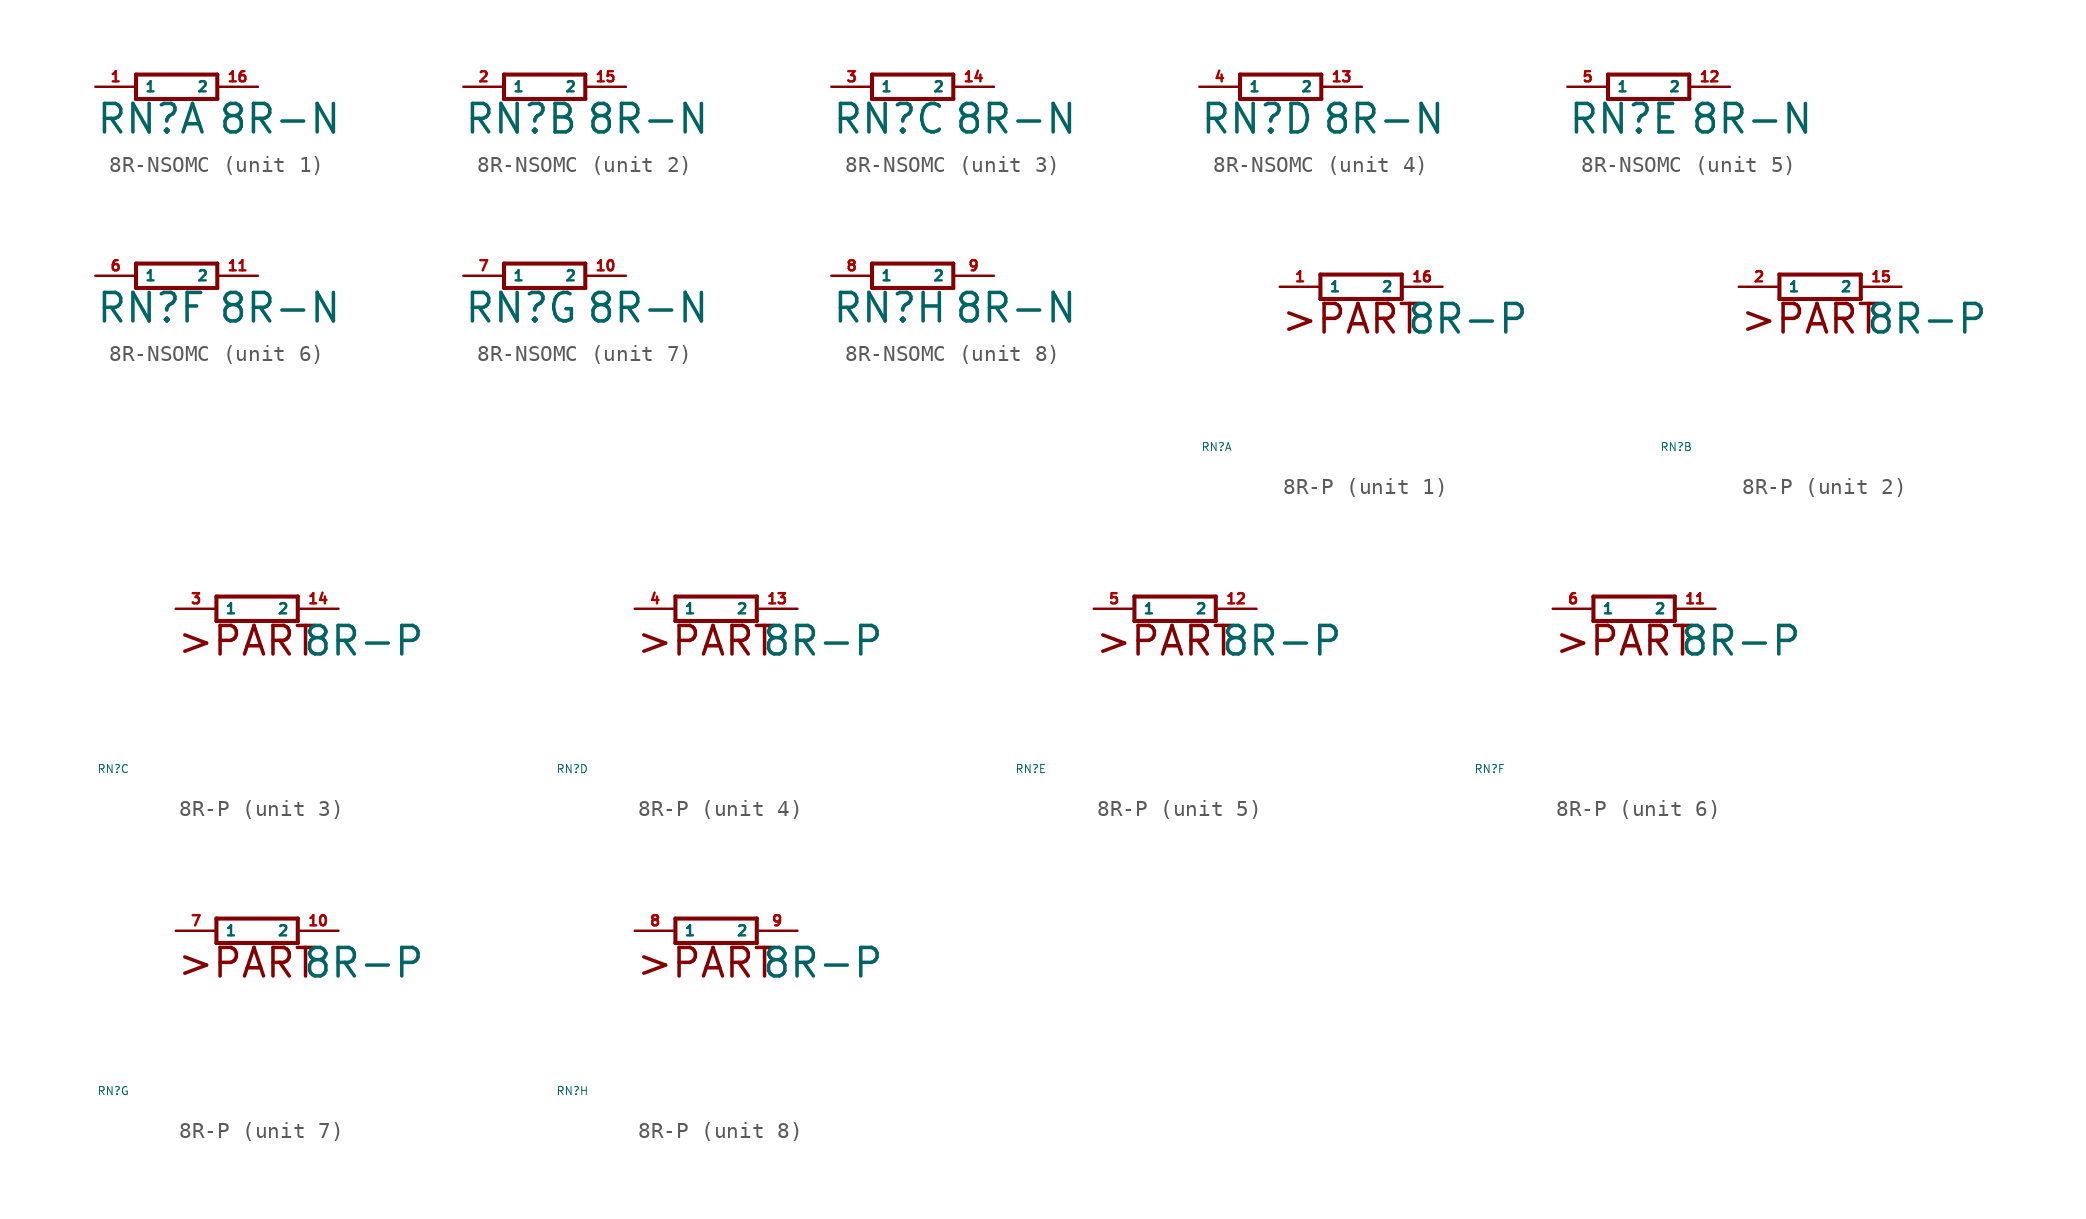
<source format=kicad_sym>
(kicad_symbol_lib
  (version 20220914)
  (generator Eagle2Kicad)
  (symbol "8R-NSOMC"
    (property "Reference" "RN"
      (at -5.08 -3.048 0)
      (effects (font (size 1.778 1.778) (thickness 0.22)) (justify left bottom)))
    (property "Value" "8R-N"
      (at 2.54 -3.048 0)
      (effects (font (size 1.778 1.778) (thickness 0.22)) (justify left bottom)))
    (symbol "8R-NSOMC_1_0"
      (polyline (pts (xy -2.54 -0.762) (xy 2.54 -0.762)) (stroke (width 0.254) (type default)) (fill (type none)))
      (polyline (pts (xy 2.54 0.762) (xy -2.54 0.762)) (stroke (width 0.254) (type default)) (fill (type none)))
      (polyline (pts (xy 2.54 -0.762) (xy 2.54 0.762)) (stroke (width 0.254) (type default)) (fill (type none)))
      (polyline (pts (xy -2.54 0.762) (xy -2.54 -0.762)) (stroke (width 0.254) (type default)) (fill (type none)))
      (pin passive line (at -5.08 0 0) (length 2.54) (name "1" (effects (font (size 0.635 0.635) (thickness 0.08)) (justify left bottom))) (number "1" (effects (font (size 0.635 0.635) (thickness 0.08)) (justify left bottom))))
      (pin passive line (at 5.08 0 180) (length 2.54) (name "2" (effects (font (size 0.635 0.635) (thickness 0.08)) (justify left bottom))) (number "16" (effects (font (size 0.635 0.635) (thickness 0.08)) (justify left bottom)))))
    (symbol "8R-NSOMC_2_0"
      (polyline (pts (xy -2.54 -0.762) (xy 2.54 -0.762)) (stroke (width 0.254) (type default)) (fill (type none)))
      (polyline (pts (xy 2.54 0.762) (xy -2.54 0.762)) (stroke (width 0.254) (type default)) (fill (type none)))
      (polyline (pts (xy 2.54 -0.762) (xy 2.54 0.762)) (stroke (width 0.254) (type default)) (fill (type none)))
      (polyline (pts (xy -2.54 0.762) (xy -2.54 -0.762)) (stroke (width 0.254) (type default)) (fill (type none)))
      (pin passive line (at -5.08 0 0) (length 2.54) (name "1" (effects (font (size 0.635 0.635) (thickness 0.08)) (justify left bottom))) (number "2" (effects (font (size 0.635 0.635) (thickness 0.08)) (justify left bottom))))
      (pin passive line (at 5.08 0 180) (length 2.54) (name "2" (effects (font (size 0.635 0.635) (thickness 0.08)) (justify left bottom))) (number "15" (effects (font (size 0.635 0.635) (thickness 0.08)) (justify left bottom)))))
    (symbol "8R-NSOMC_3_0"
      (polyline (pts (xy -2.54 -0.762) (xy 2.54 -0.762)) (stroke (width 0.254) (type default)) (fill (type none)))
      (polyline (pts (xy 2.54 0.762) (xy -2.54 0.762)) (stroke (width 0.254) (type default)) (fill (type none)))
      (polyline (pts (xy 2.54 -0.762) (xy 2.54 0.762)) (stroke (width 0.254) (type default)) (fill (type none)))
      (polyline (pts (xy -2.54 0.762) (xy -2.54 -0.762)) (stroke (width 0.254) (type default)) (fill (type none)))
      (pin passive line (at -5.08 0 0) (length 2.54) (name "1" (effects (font (size 0.635 0.635) (thickness 0.08)) (justify left bottom))) (number "3" (effects (font (size 0.635 0.635) (thickness 0.08)) (justify left bottom))))
      (pin passive line (at 5.08 0 180) (length 2.54) (name "2" (effects (font (size 0.635 0.635) (thickness 0.08)) (justify left bottom))) (number "14" (effects (font (size 0.635 0.635) (thickness 0.08)) (justify left bottom)))))
    (symbol "8R-NSOMC_4_0"
      (polyline (pts (xy -2.54 -0.762) (xy 2.54 -0.762)) (stroke (width 0.254) (type default)) (fill (type none)))
      (polyline (pts (xy 2.54 0.762) (xy -2.54 0.762)) (stroke (width 0.254) (type default)) (fill (type none)))
      (polyline (pts (xy 2.54 -0.762) (xy 2.54 0.762)) (stroke (width 0.254) (type default)) (fill (type none)))
      (polyline (pts (xy -2.54 0.762) (xy -2.54 -0.762)) (stroke (width 0.254) (type default)) (fill (type none)))
      (pin passive line (at -5.08 0 0) (length 2.54) (name "1" (effects (font (size 0.635 0.635) (thickness 0.08)) (justify left bottom))) (number "4" (effects (font (size 0.635 0.635) (thickness 0.08)) (justify left bottom))))
      (pin passive line (at 5.08 0 180) (length 2.54) (name "2" (effects (font (size 0.635 0.635) (thickness 0.08)) (justify left bottom))) (number "13" (effects (font (size 0.635 0.635) (thickness 0.08)) (justify left bottom)))))
    (symbol "8R-NSOMC_5_0"
      (polyline (pts (xy -2.54 -0.762) (xy 2.54 -0.762)) (stroke (width 0.254) (type default)) (fill (type none)))
      (polyline (pts (xy 2.54 0.762) (xy -2.54 0.762)) (stroke (width 0.254) (type default)) (fill (type none)))
      (polyline (pts (xy 2.54 -0.762) (xy 2.54 0.762)) (stroke (width 0.254) (type default)) (fill (type none)))
      (polyline (pts (xy -2.54 0.762) (xy -2.54 -0.762)) (stroke (width 0.254) (type default)) (fill (type none)))
      (pin passive line (at -5.08 0 0) (length 2.54) (name "1" (effects (font (size 0.635 0.635) (thickness 0.08)) (justify left bottom))) (number "5" (effects (font (size 0.635 0.635) (thickness 0.08)) (justify left bottom))))
      (pin passive line (at 5.08 0 180) (length 2.54) (name "2" (effects (font (size 0.635 0.635) (thickness 0.08)) (justify left bottom))) (number "12" (effects (font (size 0.635 0.635) (thickness 0.08)) (justify left bottom)))))
    (symbol "8R-NSOMC_6_0"
      (polyline (pts (xy -2.54 -0.762) (xy 2.54 -0.762)) (stroke (width 0.254) (type default)) (fill (type none)))
      (polyline (pts (xy 2.54 0.762) (xy -2.54 0.762)) (stroke (width 0.254) (type default)) (fill (type none)))
      (polyline (pts (xy 2.54 -0.762) (xy 2.54 0.762)) (stroke (width 0.254) (type default)) (fill (type none)))
      (polyline (pts (xy -2.54 0.762) (xy -2.54 -0.762)) (stroke (width 0.254) (type default)) (fill (type none)))
      (pin passive line (at -5.08 0 0) (length 2.54) (name "1" (effects (font (size 0.635 0.635) (thickness 0.08)) (justify left bottom))) (number "6" (effects (font (size 0.635 0.635) (thickness 0.08)) (justify left bottom))))
      (pin passive line (at 5.08 0 180) (length 2.54) (name "2" (effects (font (size 0.635 0.635) (thickness 0.08)) (justify left bottom))) (number "11" (effects (font (size 0.635 0.635) (thickness 0.08)) (justify left bottom)))))
    (symbol "8R-NSOMC_7_0"
      (polyline (pts (xy -2.54 -0.762) (xy 2.54 -0.762)) (stroke (width 0.254) (type default)) (fill (type none)))
      (polyline (pts (xy 2.54 0.762) (xy -2.54 0.762)) (stroke (width 0.254) (type default)) (fill (type none)))
      (polyline (pts (xy 2.54 -0.762) (xy 2.54 0.762)) (stroke (width 0.254) (type default)) (fill (type none)))
      (polyline (pts (xy -2.54 0.762) (xy -2.54 -0.762)) (stroke (width 0.254) (type default)) (fill (type none)))
      (pin passive line (at -5.08 0 0) (length 2.54) (name "1" (effects (font (size 0.635 0.635) (thickness 0.08)) (justify left bottom))) (number "7" (effects (font (size 0.635 0.635) (thickness 0.08)) (justify left bottom))))
      (pin passive line (at 5.08 0 180) (length 2.54) (name "2" (effects (font (size 0.635 0.635) (thickness 0.08)) (justify left bottom))) (number "10" (effects (font (size 0.635 0.635) (thickness 0.08)) (justify left bottom)))))
    (symbol "8R-NSOMC_8_0"
      (polyline (pts (xy -2.54 -0.762) (xy 2.54 -0.762)) (stroke (width 0.254) (type default)) (fill (type none)))
      (polyline (pts (xy 2.54 0.762) (xy -2.54 0.762)) (stroke (width 0.254) (type default)) (fill (type none)))
      (polyline (pts (xy 2.54 -0.762) (xy 2.54 0.762)) (stroke (width 0.254) (type default)) (fill (type none)))
      (polyline (pts (xy -2.54 0.762) (xy -2.54 -0.762)) (stroke (width 0.254) (type default)) (fill (type none)))
      (pin passive line (at -5.08 0 0) (length 2.54) (name "1" (effects (font (size 0.635 0.635) (thickness 0.08)) (justify left bottom))) (number "8" (effects (font (size 0.635 0.635) (thickness 0.08)) (justify left bottom))))
      (pin passive line (at 5.08 0 180) (length 2.54) (name "2" (effects (font (size 0.635 0.635) (thickness 0.08)) (justify left bottom))) (number "9" (effects (font (size 0.635 0.635) (thickness 0.08)) (justify left bottom))))))
  (symbol "8R-P"
    (property "Reference" "RN"
      (at -10 -10 0)
      (effects (font (size 0.5 0.5) (thickness 0.06)) (justify left)))
    (property "Value" "8R-P"
      (at 2.794 -3.048 0)
      (effects (font (size 1.778 1.778) (thickness 0.22)) (justify left bottom)))
    (symbol "8R-P_1_0"
      (polyline (pts (xy -2.54 -0.762) (xy 2.54 -0.762)) (stroke (width 0.254) (type default)) (fill (type none)))
      (polyline (pts (xy 2.54 0.762) (xy -2.54 0.762)) (stroke (width 0.254) (type default)) (fill (type none)))
      (polyline (pts (xy 2.54 -0.762) (xy 2.54 0.762)) (stroke (width 0.254) (type default)) (fill (type none)))
      (polyline (pts (xy -2.54 0.762) (xy -2.54 -0.762)) (stroke (width 0.254) (type default)) (fill (type none)))
      (text ">PART" (at -5.08 -3.048 0) (effects (font (size 1.778 1.778) (thickness 0.22)) (justify left bottom)))
      (pin passive line (at -5.08 0 0) (length 2.54) (name "1" (effects (font (size 0.635 0.635) (thickness 0.08)) (justify left bottom))) (number "1" (effects (font (size 0.635 0.635) (thickness 0.08)) (justify left bottom))))
      (pin passive line (at 5.08 0 180) (length 2.54) (name "2" (effects (font (size 0.635 0.635) (thickness 0.08)) (justify left bottom))) (number "16" (effects (font (size 0.635 0.635) (thickness 0.08)) (justify left bottom)))))
    (symbol "8R-P_2_0"
      (polyline (pts (xy -2.54 -0.762) (xy 2.54 -0.762)) (stroke (width 0.254) (type default)) (fill (type none)))
      (polyline (pts (xy 2.54 0.762) (xy -2.54 0.762)) (stroke (width 0.254) (type default)) (fill (type none)))
      (polyline (pts (xy 2.54 -0.762) (xy 2.54 0.762)) (stroke (width 0.254) (type default)) (fill (type none)))
      (polyline (pts (xy -2.54 0.762) (xy -2.54 -0.762)) (stroke (width 0.254) (type default)) (fill (type none)))
      (text ">PART" (at -5.08 -3.048 0) (effects (font (size 1.778 1.778) (thickness 0.22)) (justify left bottom)))
      (pin passive line (at -5.08 0 0) (length 2.54) (name "1" (effects (font (size 0.635 0.635) (thickness 0.08)) (justify left bottom))) (number "2" (effects (font (size 0.635 0.635) (thickness 0.08)) (justify left bottom))))
      (pin passive line (at 5.08 0 180) (length 2.54) (name "2" (effects (font (size 0.635 0.635) (thickness 0.08)) (justify left bottom))) (number "15" (effects (font (size 0.635 0.635) (thickness 0.08)) (justify left bottom)))))
    (symbol "8R-P_3_0"
      (polyline (pts (xy -2.54 -0.762) (xy 2.54 -0.762)) (stroke (width 0.254) (type default)) (fill (type none)))
      (polyline (pts (xy 2.54 0.762) (xy -2.54 0.762)) (stroke (width 0.254) (type default)) (fill (type none)))
      (polyline (pts (xy 2.54 -0.762) (xy 2.54 0.762)) (stroke (width 0.254) (type default)) (fill (type none)))
      (polyline (pts (xy -2.54 0.762) (xy -2.54 -0.762)) (stroke (width 0.254) (type default)) (fill (type none)))
      (text ">PART" (at -5.08 -3.048 0) (effects (font (size 1.778 1.778) (thickness 0.22)) (justify left bottom)))
      (pin passive line (at -5.08 0 0) (length 2.54) (name "1" (effects (font (size 0.635 0.635) (thickness 0.08)) (justify left bottom))) (number "3" (effects (font (size 0.635 0.635) (thickness 0.08)) (justify left bottom))))
      (pin passive line (at 5.08 0 180) (length 2.54) (name "2" (effects (font (size 0.635 0.635) (thickness 0.08)) (justify left bottom))) (number "14" (effects (font (size 0.635 0.635) (thickness 0.08)) (justify left bottom)))))
    (symbol "8R-P_4_0"
      (polyline (pts (xy -2.54 -0.762) (xy 2.54 -0.762)) (stroke (width 0.254) (type default)) (fill (type none)))
      (polyline (pts (xy 2.54 0.762) (xy -2.54 0.762)) (stroke (width 0.254) (type default)) (fill (type none)))
      (polyline (pts (xy 2.54 -0.762) (xy 2.54 0.762)) (stroke (width 0.254) (type default)) (fill (type none)))
      (polyline (pts (xy -2.54 0.762) (xy -2.54 -0.762)) (stroke (width 0.254) (type default)) (fill (type none)))
      (text ">PART" (at -5.08 -3.048 0) (effects (font (size 1.778 1.778) (thickness 0.22)) (justify left bottom)))
      (pin passive line (at -5.08 0 0) (length 2.54) (name "1" (effects (font (size 0.635 0.635) (thickness 0.08)) (justify left bottom))) (number "4" (effects (font (size 0.635 0.635) (thickness 0.08)) (justify left bottom))))
      (pin passive line (at 5.08 0 180) (length 2.54) (name "2" (effects (font (size 0.635 0.635) (thickness 0.08)) (justify left bottom))) (number "13" (effects (font (size 0.635 0.635) (thickness 0.08)) (justify left bottom)))))
    (symbol "8R-P_5_0"
      (polyline (pts (xy -2.54 -0.762) (xy 2.54 -0.762)) (stroke (width 0.254) (type default)) (fill (type none)))
      (polyline (pts (xy 2.54 0.762) (xy -2.54 0.762)) (stroke (width 0.254) (type default)) (fill (type none)))
      (polyline (pts (xy 2.54 -0.762) (xy 2.54 0.762)) (stroke (width 0.254) (type default)) (fill (type none)))
      (polyline (pts (xy -2.54 0.762) (xy -2.54 -0.762)) (stroke (width 0.254) (type default)) (fill (type none)))
      (text ">PART" (at -5.08 -3.048 0) (effects (font (size 1.778 1.778) (thickness 0.22)) (justify left bottom)))
      (pin passive line (at -5.08 0 0) (length 2.54) (name "1" (effects (font (size 0.635 0.635) (thickness 0.08)) (justify left bottom))) (number "5" (effects (font (size 0.635 0.635) (thickness 0.08)) (justify left bottom))))
      (pin passive line (at 5.08 0 180) (length 2.54) (name "2" (effects (font (size 0.635 0.635) (thickness 0.08)) (justify left bottom))) (number "12" (effects (font (size 0.635 0.635) (thickness 0.08)) (justify left bottom)))))
    (symbol "8R-P_6_0"
      (polyline (pts (xy -2.54 -0.762) (xy 2.54 -0.762)) (stroke (width 0.254) (type default)) (fill (type none)))
      (polyline (pts (xy 2.54 0.762) (xy -2.54 0.762)) (stroke (width 0.254) (type default)) (fill (type none)))
      (polyline (pts (xy 2.54 -0.762) (xy 2.54 0.762)) (stroke (width 0.254) (type default)) (fill (type none)))
      (polyline (pts (xy -2.54 0.762) (xy -2.54 -0.762)) (stroke (width 0.254) (type default)) (fill (type none)))
      (text ">PART" (at -5.08 -3.048 0) (effects (font (size 1.778 1.778) (thickness 0.22)) (justify left bottom)))
      (pin passive line (at -5.08 0 0) (length 2.54) (name "1" (effects (font (size 0.635 0.635) (thickness 0.08)) (justify left bottom))) (number "6" (effects (font (size 0.635 0.635) (thickness 0.08)) (justify left bottom))))
      (pin passive line (at 5.08 0 180) (length 2.54) (name "2" (effects (font (size 0.635 0.635) (thickness 0.08)) (justify left bottom))) (number "11" (effects (font (size 0.635 0.635) (thickness 0.08)) (justify left bottom)))))
    (symbol "8R-P_7_0"
      (polyline (pts (xy -2.54 -0.762) (xy 2.54 -0.762)) (stroke (width 0.254) (type default)) (fill (type none)))
      (polyline (pts (xy 2.54 0.762) (xy -2.54 0.762)) (stroke (width 0.254) (type default)) (fill (type none)))
      (polyline (pts (xy 2.54 -0.762) (xy 2.54 0.762)) (stroke (width 0.254) (type default)) (fill (type none)))
      (polyline (pts (xy -2.54 0.762) (xy -2.54 -0.762)) (stroke (width 0.254) (type default)) (fill (type none)))
      (text ">PART" (at -5.08 -3.048 0) (effects (font (size 1.778 1.778) (thickness 0.22)) (justify left bottom)))
      (pin passive line (at -5.08 0 0) (length 2.54) (name "1" (effects (font (size 0.635 0.635) (thickness 0.08)) (justify left bottom))) (number "7" (effects (font (size 0.635 0.635) (thickness 0.08)) (justify left bottom))))
      (pin passive line (at 5.08 0 180) (length 2.54) (name "2" (effects (font (size 0.635 0.635) (thickness 0.08)) (justify left bottom))) (number "10" (effects (font (size 0.635 0.635) (thickness 0.08)) (justify left bottom)))))
    (symbol "8R-P_8_0"
      (polyline (pts (xy -2.54 -0.762) (xy 2.54 -0.762)) (stroke (width 0.254) (type default)) (fill (type none)))
      (polyline (pts (xy 2.54 0.762) (xy -2.54 0.762)) (stroke (width 0.254) (type default)) (fill (type none)))
      (polyline (pts (xy 2.54 -0.762) (xy 2.54 0.762)) (stroke (width 0.254) (type default)) (fill (type none)))
      (polyline (pts (xy -2.54 0.762) (xy -2.54 -0.762)) (stroke (width 0.254) (type default)) (fill (type none)))
      (text ">PART" (at -5.08 -3.048 0) (effects (font (size 1.778 1.778) (thickness 0.22)) (justify left bottom)))
      (pin passive line (at -5.08 0 0) (length 2.54) (name "1" (effects (font (size 0.635 0.635) (thickness 0.08)) (justify left bottom))) (number "8" (effects (font (size 0.635 0.635) (thickness 0.08)) (justify left bottom))))
      (pin passive line (at 5.08 0 180) (length 2.54) (name "2" (effects (font (size 0.635 0.635) (thickness 0.08)) (justify left bottom))) (number "9" (effects (font (size 0.635 0.635) (thickness 0.08)) (justify left bottom)))))))
</source>
